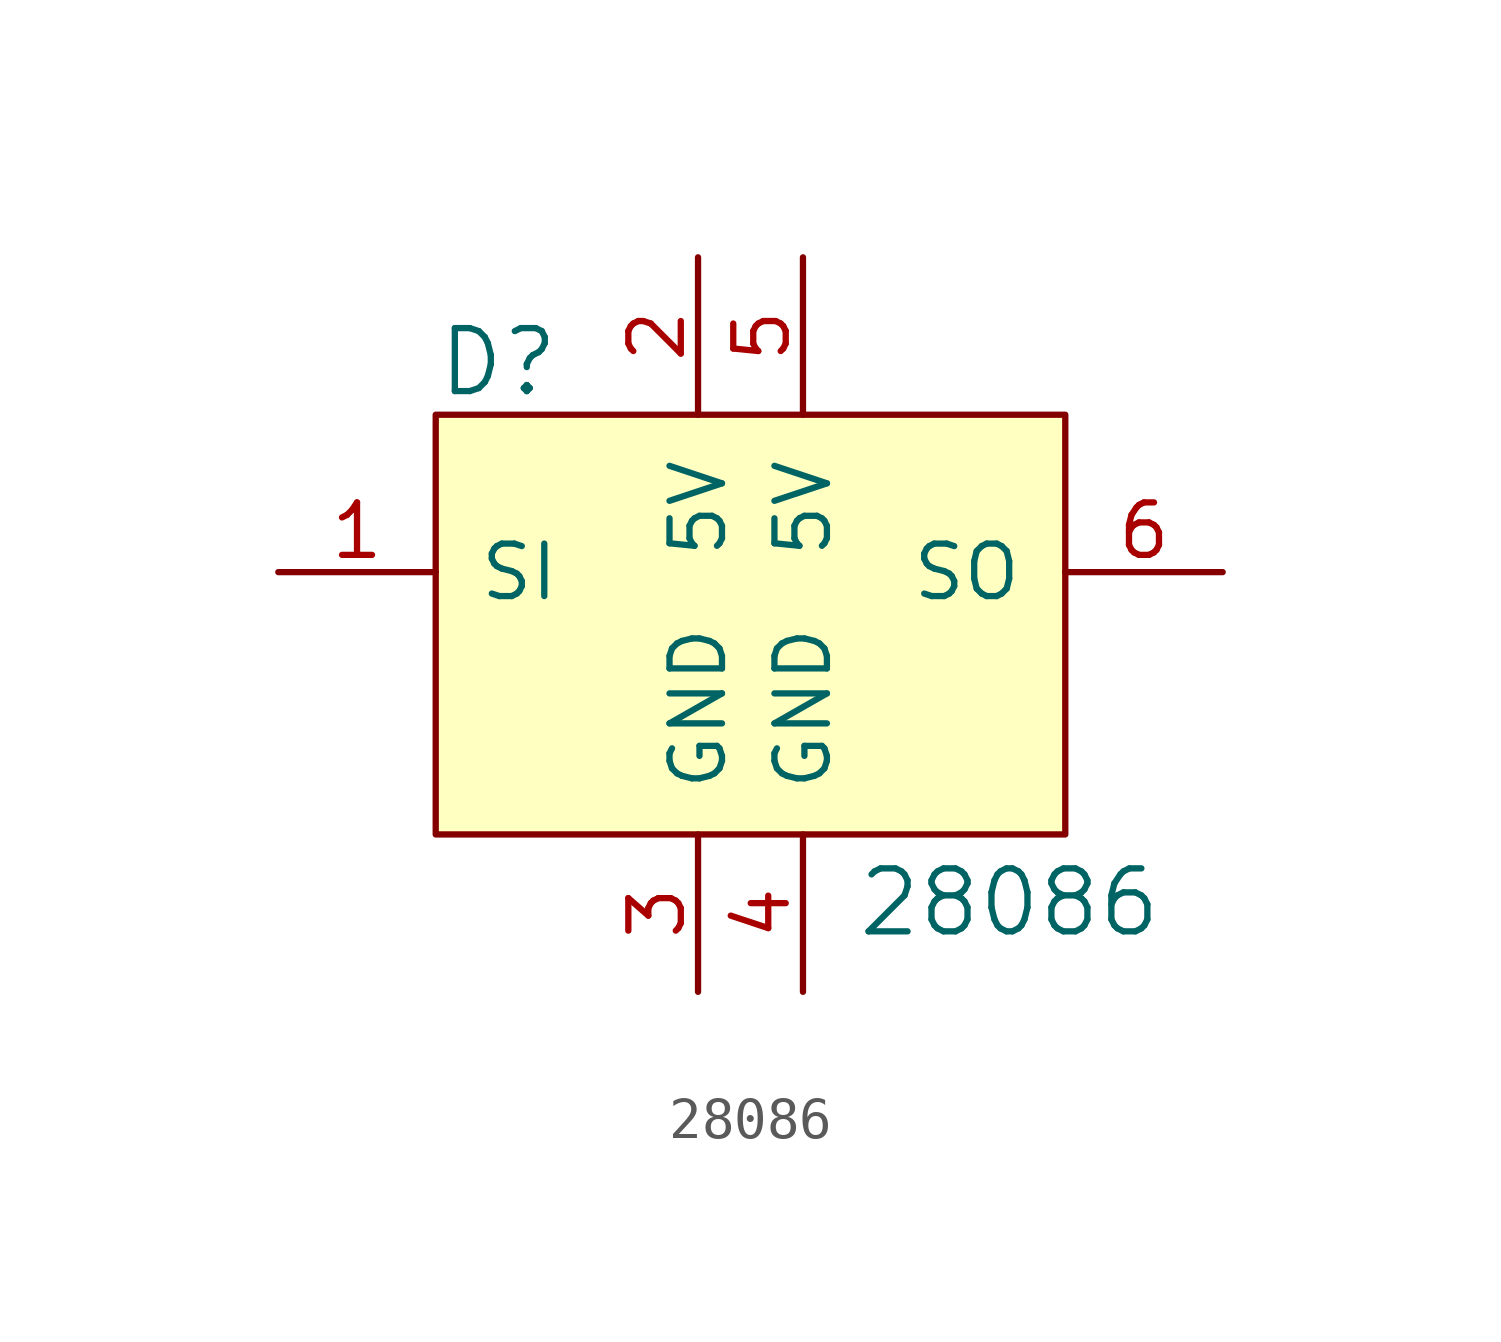
<source format=kicad_sym>
(kicad_symbol_lib
  (version 20201005)
  (generator kicad_symbol_editor)
  (symbol "28086"
    (pin_names
      (offset 1.016))
    (property "Reference" "D"
      (at -6.35 5.08 0)
      (effects (font (size 1.524 1.524)) (justify left)))
    (property "Value" "28086"
      (at 3.81 -8.89 0)
      (effects (font (size 1.524 1.524)) (justify left bottom)))
    (symbol "28086_0_1"
      (rectangle (start -6.35 3.81) (end 8.89 -6.35) (stroke (width 0)) (fill (type background))))
    (symbol "28086_1_1"
      (pin input line (at -10.16 0 0) (length 3.81) (name "SI" (effects (font (size 1.27 1.27)))) (number "1" (effects (font (size 1.27 1.27)))))
      (pin power_in line (at 0 7.62 270) (length 3.81) (name "5V" (effects (font (size 1.27 1.27)))) (number "2" (effects (font (size 1.27 1.27)))))
      (pin power_in line (at 0 -10.16 90) (length 3.81) (name "GND" (effects (font (size 1.27 1.27)))) (number "3" (effects (font (size 1.27 1.27)))))
      (pin power_in line (at 2.54 -10.16 90) (length 3.81) (name "GND" (effects (font (size 1.27 1.27)))) (number "4" (effects (font (size 1.27 1.27)))))
      (pin power_in line (at 2.54 7.62 270) (length 3.81) (name "5V" (effects (font (size 1.27 1.27)))) (number "5" (effects (font (size 1.27 1.27)))))
      (pin output line (at 12.7 0 180) (length 3.81) (name "SO" (effects (font (size 1.27 1.27)))) (number "6" (effects (font (size 1.27 1.27))))))))
</source>
